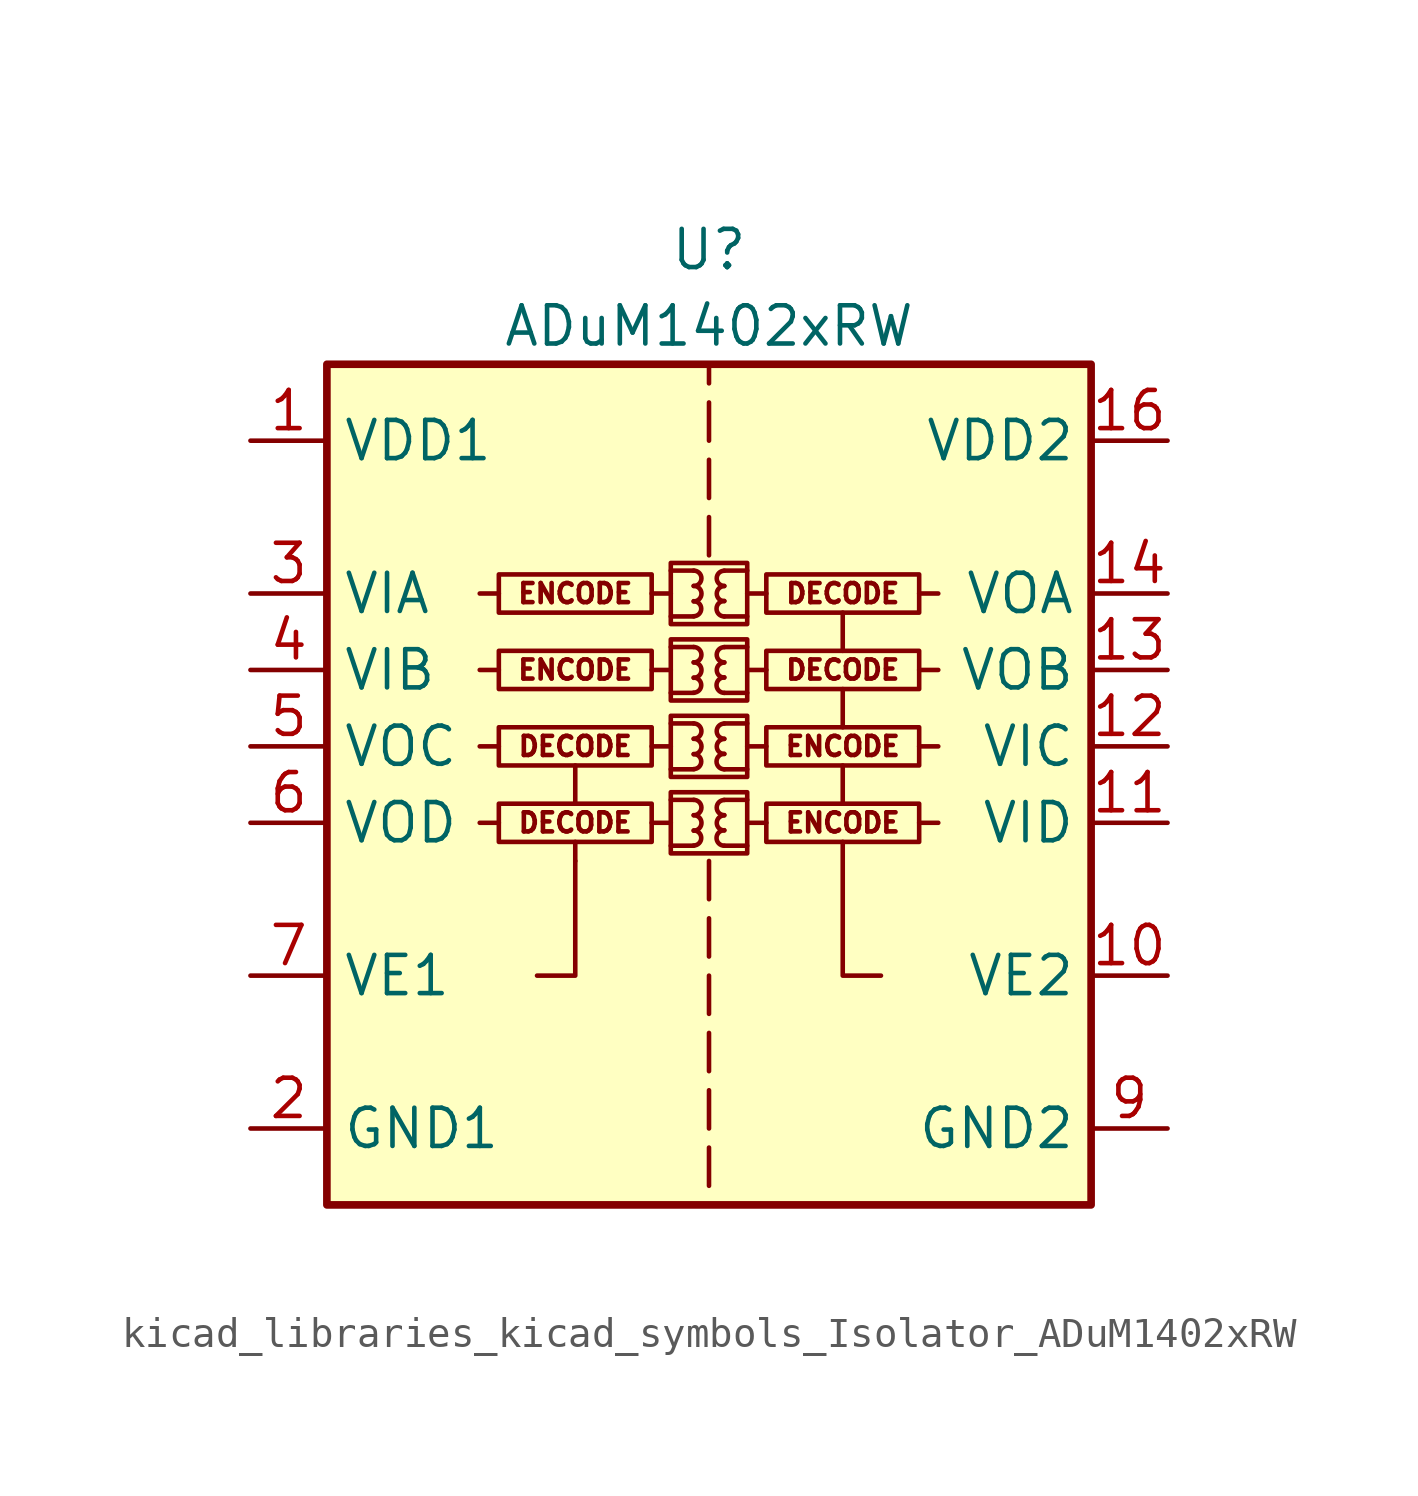
<source format=kicad_sym>
(kicad_symbol_lib
  (version 20220914)
  (generator kicad_symbol_editor)
  (symbol "kicad_libraries_kicad_symbols_Isolator_ADuM1402xRW"
    (property "Reference" "U"
      (at 0 19.05 0)
      (effects (font (size 1.27 1.27))))
    (property "Value" "ADuM1402xRW"
      (at 0 16.51 0)
      (effects (font (size 1.27 1.27))))
    (symbol "kicad_libraries_kicad_symbols_Isolator_ADuM1402xRW_0_0"
      (rectangle (start -1.905 0.635) (end -6.985 -0.635) (stroke (width 0) (type default)) (fill (type none)))
      (rectangle (start -1.27 1.016) (end 1.27 -1.016) (stroke (width 0) (type default)) (fill (type none)))
      (rectangle (start -1.27 3.556) (end 1.27 1.524) (stroke (width 0) (type default)) (fill (type none)))
      (rectangle (start -1.27 6.096) (end 1.27 4.064) (stroke (width 0) (type default)) (fill (type none)))
      (rectangle (start -1.27 8.636) (end 1.27 6.604) (stroke (width 0) (type default)) (fill (type none)))
      (arc (start -0.508 -0.762) (mid -0.2551 -0.508) (end -0.508 -0.254) (stroke (width 0) (type default)) (fill (type none)))
      (arc (start -0.508 -0.254) (mid -0.2551 0) (end -0.508 0.254) (stroke (width 0) (type default)) (fill (type none)))
      (arc (start -0.508 0.254) (mid -0.2551 0.508) (end -0.508 0.762) (stroke (width 0) (type default)) (fill (type none)))
      (arc (start -0.508 1.778) (mid -0.2551 2.032) (end -0.508 2.286) (stroke (width 0) (type default)) (fill (type none)))
      (arc (start -0.508 2.286) (mid -0.2551 2.54) (end -0.508 2.794) (stroke (width 0) (type default)) (fill (type none)))
      (arc (start -0.508 2.794) (mid -0.2551 3.048) (end -0.508 3.302) (stroke (width 0) (type default)) (fill (type none)))
      (arc (start -0.508 4.318) (mid -0.2551 4.572) (end -0.508 4.826) (stroke (width 0) (type default)) (fill (type none)))
      (arc (start -0.508 4.826) (mid -0.2551 5.08) (end -0.508 5.334) (stroke (width 0) (type default)) (fill (type none)))
      (arc (start -0.508 5.334) (mid -0.2551 5.588) (end -0.508 5.842) (stroke (width 0) (type default)) (fill (type none)))
      (arc (start -0.508 6.858) (mid -0.2551 7.112) (end -0.508 7.366) (stroke (width 0) (type default)) (fill (type none)))
      (arc (start -0.508 7.366) (mid -0.2551 7.62) (end -0.508 7.874) (stroke (width 0) (type default)) (fill (type none)))
      (arc (start -0.508 7.874) (mid -0.2551 8.128) (end -0.508 8.382) (stroke (width 0) (type default)) (fill (type none)))
      (polyline (pts (xy -6.985 0) (xy -7.62 0)) (stroke (width 0) (type default)) (fill (type none)))
      (polyline (pts (xy -6.985 2.54) (xy -7.62 2.54)) (stroke (width 0) (type default)) (fill (type none)))
      (polyline (pts (xy -6.985 5.08) (xy -7.62 5.08)) (stroke (width 0) (type default)) (fill (type none)))
      (polyline (pts (xy -6.985 7.62) (xy -7.62 7.62)) (stroke (width 0) (type default)) (fill (type none)))
      (polyline (pts (xy -4.445 -1.27) (xy -4.445 -0.635)) (stroke (width 0) (type default)) (fill (type none)))
      (polyline (pts (xy -4.445 0.635) (xy -4.445 1.905)) (stroke (width 0) (type default)) (fill (type none)))
      (polyline (pts (xy -1.905 0) (xy -1.27 0)) (stroke (width 0) (type default)) (fill (type none)))
      (polyline (pts (xy -1.905 2.54) (xy -1.27 2.54)) (stroke (width 0) (type default)) (fill (type none)))
      (polyline (pts (xy -1.905 5.08) (xy -1.27 5.08)) (stroke (width 0) (type default)) (fill (type none)))
      (polyline (pts (xy -1.905 7.62) (xy -1.27 7.62)) (stroke (width 0) (type default)) (fill (type none)))
      (polyline (pts (xy -1.27 -0.762) (xy -0.508 -0.762)) (stroke (width 0) (type default)) (fill (type none)))
      (polyline (pts (xy -1.27 0.762) (xy -0.508 0.762)) (stroke (width 0) (type default)) (fill (type none)))
      (polyline (pts (xy -1.27 1.778) (xy -0.508 1.778)) (stroke (width 0) (type default)) (fill (type none)))
      (polyline (pts (xy -1.27 3.302) (xy -0.508 3.302)) (stroke (width 0) (type default)) (fill (type none)))
      (polyline (pts (xy -1.27 4.318) (xy -0.508 4.318)) (stroke (width 0) (type default)) (fill (type none)))
      (polyline (pts (xy -1.27 5.842) (xy -0.508 5.842)) (stroke (width 0) (type default)) (fill (type none)))
      (polyline (pts (xy -1.27 6.858) (xy -0.508 6.858)) (stroke (width 0) (type default)) (fill (type none)))
      (polyline (pts (xy -1.27 8.382) (xy -0.508 8.382)) (stroke (width 0) (type default)) (fill (type none)))
      (polyline (pts (xy 0 -10.795) (xy 0 -12.065)) (stroke (width 0) (type default)) (fill (type none)))
      (polyline (pts (xy 0 -8.89) (xy 0 -10.16)) (stroke (width 0) (type default)) (fill (type none)))
      (polyline (pts (xy 0 -6.985) (xy 0 -8.255)) (stroke (width 0) (type default)) (fill (type none)))
      (polyline (pts (xy 0 -5.08) (xy 0 -6.35)) (stroke (width 0) (type default)) (fill (type none)))
      (polyline (pts (xy 0 -3.175) (xy 0 -4.445)) (stroke (width 0) (type default)) (fill (type none)))
      (polyline (pts (xy 0 -1.27) (xy 0 -2.54)) (stroke (width 0) (type default)) (fill (type none)))
      (polyline (pts (xy 0 8.89) (xy 0 10.16)) (stroke (width 0) (type default)) (fill (type none)))
      (polyline (pts (xy 0 10.795) (xy 0 12.065)) (stroke (width 0) (type default)) (fill (type none)))
      (polyline (pts (xy 0 12.7) (xy 0 13.97)) (stroke (width 0) (type default)) (fill (type none)))
      (polyline (pts (xy 0 15.24) (xy 0 14.605)) (stroke (width 0) (type default)) (fill (type none)))
      (polyline (pts (xy 1.27 -0.762) (xy 0.508 -0.762)) (stroke (width 0) (type default)) (fill (type none)))
      (polyline (pts (xy 1.27 0.762) (xy 0.508 0.762)) (stroke (width 0) (type default)) (fill (type none)))
      (polyline (pts (xy 1.27 1.778) (xy 0.508 1.778)) (stroke (width 0) (type default)) (fill (type none)))
      (polyline (pts (xy 1.27 3.302) (xy 0.508 3.302)) (stroke (width 0) (type default)) (fill (type none)))
      (polyline (pts (xy 1.27 4.318) (xy 0.508 4.318)) (stroke (width 0) (type default)) (fill (type none)))
      (polyline (pts (xy 1.27 5.842) (xy 0.508 5.842)) (stroke (width 0) (type default)) (fill (type none)))
      (polyline (pts (xy 1.27 6.858) (xy 0.508 6.858)) (stroke (width 0) (type default)) (fill (type none)))
      (polyline (pts (xy 1.27 8.382) (xy 0.508 8.382)) (stroke (width 0) (type default)) (fill (type none)))
      (polyline (pts (xy 1.905 0) (xy 1.27 0)) (stroke (width 0) (type default)) (fill (type none)))
      (polyline (pts (xy 1.905 2.54) (xy 1.27 2.54)) (stroke (width 0) (type default)) (fill (type none)))
      (polyline (pts (xy 1.905 5.08) (xy 1.27 5.08)) (stroke (width 0) (type default)) (fill (type none)))
      (polyline (pts (xy 1.905 7.62) (xy 1.27 7.62)) (stroke (width 0) (type default)) (fill (type none)))
      (polyline (pts (xy 4.445 0.635) (xy 4.445 1.905)) (stroke (width 0) (type default)) (fill (type none)))
      (polyline (pts (xy 4.445 3.175) (xy 4.445 4.445)) (stroke (width 0) (type default)) (fill (type none)))
      (polyline (pts (xy 4.445 5.715) (xy 4.445 6.985)) (stroke (width 0) (type default)) (fill (type none)))
      (polyline (pts (xy 6.985 0) (xy 7.62 0)) (stroke (width 0) (type default)) (fill (type none)))
      (polyline (pts (xy 6.985 2.54) (xy 7.62 2.54)) (stroke (width 0) (type default)) (fill (type none)))
      (polyline (pts (xy 6.985 5.08) (xy 7.62 5.08)) (stroke (width 0) (type default)) (fill (type none)))
      (polyline (pts (xy 6.985 7.62) (xy 7.62 7.62)) (stroke (width 0) (type default)) (fill (type none)))
      (polyline (pts (xy -4.445 -1.27) (xy -4.445 -5.08) (xy -5.715 -5.08)) (stroke (width 0) (type default)) (fill (type none)))
      (polyline (pts (xy 5.715 -5.08) (xy 4.445 -5.08) (xy 4.445 -0.635)) (stroke (width 0) (type default)) (fill (type none)))
      (arc (start 0.508 -0.254) (mid 0.2551 -0.508) (end 0.508 -0.762) (stroke (width 0) (type default)) (fill (type none)))
      (arc (start 0.508 0.254) (mid 0.2551 0) (end 0.508 -0.254) (stroke (width 0) (type default)) (fill (type none)))
      (arc (start 0.508 0.762) (mid 0.2551 0.508) (end 0.508 0.254) (stroke (width 0) (type default)) (fill (type none)))
      (arc (start 0.508 2.286) (mid 0.2551 2.032) (end 0.508 1.778) (stroke (width 0) (type default)) (fill (type none)))
      (arc (start 0.508 2.794) (mid 0.2551 2.54) (end 0.508 2.286) (stroke (width 0) (type default)) (fill (type none)))
      (arc (start 0.508 3.302) (mid 0.2551 3.048) (end 0.508 2.794) (stroke (width 0) (type default)) (fill (type none)))
      (arc (start 0.508 4.826) (mid 0.2551 4.572) (end 0.508 4.318) (stroke (width 0) (type default)) (fill (type none)))
      (arc (start 0.508 5.334) (mid 0.2551 5.08) (end 0.508 4.826) (stroke (width 0) (type default)) (fill (type none)))
      (arc (start 0.508 5.842) (mid 0.2551 5.588) (end 0.508 5.334) (stroke (width 0) (type default)) (fill (type none)))
      (arc (start 0.508 7.366) (mid 0.2551 7.112) (end 0.508 6.858) (stroke (width 0) (type default)) (fill (type none)))
      (arc (start 0.508 7.874) (mid 0.2551 7.62) (end 0.508 7.366) (stroke (width 0) (type default)) (fill (type none)))
      (arc (start 0.508 8.382) (mid 0.2551 8.128) (end 0.508 7.874) (stroke (width 0) (type default)) (fill (type none)))
      (rectangle (start 1.905 0.635) (end 6.985 -0.635) (stroke (width 0) (type default)) (fill (type none)))
      (rectangle (start 1.905 3.175) (end 6.985 1.905) (stroke (width 0) (type default)) (fill (type none)))
      (rectangle (start 1.905 5.715) (end 6.985 4.445) (stroke (width 0) (type default)) (fill (type none)))
      (rectangle (start 1.905 8.255) (end 6.985 6.985) (stroke (width 0) (type default)) (fill (type none)))
      (text "DECODE" (at -4.445 0 0) (effects (font (size 0.635 0.635))))
      (text "DECODE" (at -4.445 2.54 0) (effects (font (size 0.635 0.635))))
      (text "DECODE" (at 4.445 5.08 0) (effects (font (size 0.635 0.635))))
      (text "DECODE" (at 4.445 7.62 0) (effects (font (size 0.635 0.635))))
      (text "ENCODE" (at -4.445 5.08 0) (effects (font (size 0.635 0.635))))
      (text "ENCODE" (at -4.445 7.62 0) (effects (font (size 0.635 0.635))))
      (text "ENCODE" (at 4.445 0 0) (effects (font (size 0.635 0.635))))
      (text "ENCODE" (at 4.445 2.54 0) (effects (font (size 0.635 0.635)))))
    (symbol "kicad_libraries_kicad_symbols_Isolator_ADuM1402xRW_0_1"
      (rectangle (start -12.7 15.24) (end 12.7 -12.7) (stroke (width 0.254) (type default)) (fill (type background)))
      (rectangle (start -1.905 3.175) (end -6.985 1.905) (stroke (width 0) (type default)) (fill (type none)))
      (rectangle (start -1.905 5.715) (end -6.985 4.445) (stroke (width 0) (type default)) (fill (type none)))
      (rectangle (start -1.905 8.255) (end -6.985 6.985) (stroke (width 0) (type default)) (fill (type none))))
    (symbol "kicad_libraries_kicad_symbols_Isolator_ADuM1402xRW_1_1"
      (pin power_in line (at -15.24 12.7 0) (length 2.54) (name "VDD1" (effects (font (size 1.27 1.27)))) (number "1" (effects (font (size 1.27 1.27)))))
      (pin input line (at 15.24 -5.08 180) (length 2.54) (name "VE2" (effects (font (size 1.27 1.27)))) (number "10" (effects (font (size 1.27 1.27)))))
      (pin input line (at 15.24 0 180) (length 2.54) (name "VID" (effects (font (size 1.27 1.27)))) (number "11" (effects (font (size 1.27 1.27)))))
      (pin input line (at 15.24 2.54 180) (length 2.54) (name "VIC" (effects (font (size 1.27 1.27)))) (number "12" (effects (font (size 1.27 1.27)))))
      (pin output line (at 15.24 5.08 180) (length 2.54) (name "VOB" (effects (font (size 1.27 1.27)))) (number "13" (effects (font (size 1.27 1.27)))))
      (pin output line (at 15.24 7.62 180) (length 2.54) (name "VOA" (effects (font (size 1.27 1.27)))) (number "14" (effects (font (size 1.27 1.27)))))
      (pin passive line (at 15.24 -10.16 180) (length 2.54) hide (name "GND2" (effects (font (size 1.27 1.27)))) (number "15" (effects (font (size 1.27 1.27)))))
      (pin power_in line (at 15.24 12.7 180) (length 2.54) (name "VDD2" (effects (font (size 1.27 1.27)))) (number "16" (effects (font (size 1.27 1.27)))))
      (pin power_in line (at -15.24 -10.16 0) (length 2.54) (name "GND1" (effects (font (size 1.27 1.27)))) (number "2" (effects (font (size 1.27 1.27)))))
      (pin input line (at -15.24 7.62 0) (length 2.54) (name "VIA" (effects (font (size 1.27 1.27)))) (number "3" (effects (font (size 1.27 1.27)))))
      (pin input line (at -15.24 5.08 0) (length 2.54) (name "VIB" (effects (font (size 1.27 1.27)))) (number "4" (effects (font (size 1.27 1.27)))))
      (pin output line (at -15.24 2.54 0) (length 2.54) (name "VOC" (effects (font (size 1.27 1.27)))) (number "5" (effects (font (size 1.27 1.27)))))
      (pin output line (at -15.24 0 0) (length 2.54) (name "VOD" (effects (font (size 1.27 1.27)))) (number "6" (effects (font (size 1.27 1.27)))))
      (pin input line (at -15.24 -5.08 0) (length 2.54) (name "VE1" (effects (font (size 1.27 1.27)))) (number "7" (effects (font (size 1.27 1.27)))))
      (pin passive line (at -15.24 -10.16 0) (length 2.54) hide (name "GND1" (effects (font (size 1.27 1.27)))) (number "8" (effects (font (size 1.27 1.27)))))
      (pin power_in line (at 15.24 -10.16 180) (length 2.54) (name "GND2" (effects (font (size 1.27 1.27)))) (number "9" (effects (font (size 1.27 1.27))))))))
</source>
